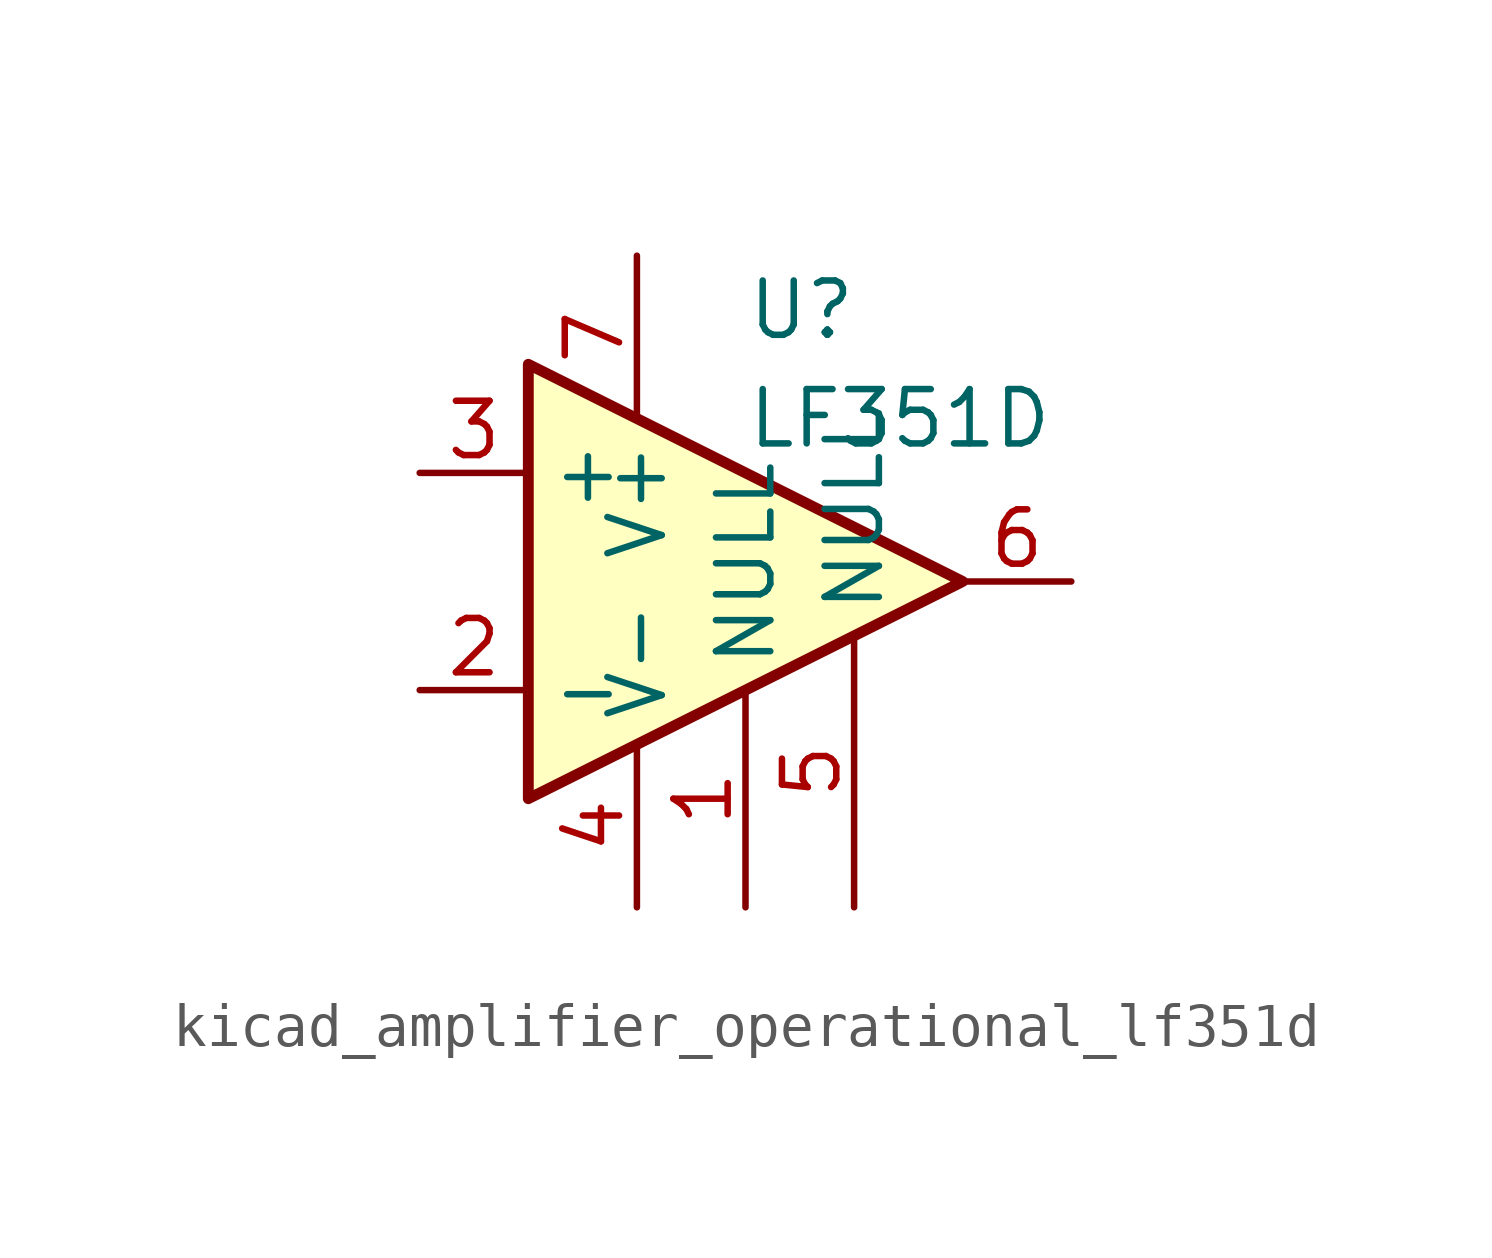
<source format=kicad_sym>
(kicad_symbol_lib
  (version 20220914)
  (generator kicad_symbol_editor)
  (symbol "kicad_amplifier_operational_lf351d"
    (property "Reference" "U"
      (at 0 6.35 0)
      (effects (font (size 1.27 1.27)) (justify left)))
    (property "Value" "LF351D"
      (at 0 3.81 0)
      (effects (font (size 1.27 1.27)) (justify left)))
    (symbol "kicad_amplifier_operational_lf351d_0_1"
      (polyline (pts (xy -5.08 5.08) (xy 5.08 0) (xy -5.08 -5.08) (xy -5.08 5.08)) (stroke (width 0.254) (type default)) (fill (type background))))
    (symbol "kicad_amplifier_operational_lf351d_1_1"
      (pin input line (at 0 -7.62 90) (length 5.08) (name "NULL" (effects (font (size 1.27 1.27)))) (number "1" (effects (font (size 1.27 1.27)))))
      (pin input line (at -7.62 -2.54 0) (length 2.54) (name "-" (effects (font (size 1.27 1.27)))) (number "2" (effects (font (size 1.27 1.27)))))
      (pin input line (at -7.62 2.54 0) (length 2.54) (name "+" (effects (font (size 1.27 1.27)))) (number "3" (effects (font (size 1.27 1.27)))))
      (pin power_in line (at -2.54 -7.62 90) (length 3.81) (name "V-" (effects (font (size 1.27 1.27)))) (number "4" (effects (font (size 1.27 1.27)))))
      (pin input line (at 2.54 -7.62 90) (length 6.35) (name "NULL" (effects (font (size 1.27 1.27)))) (number "5" (effects (font (size 1.27 1.27)))))
      (pin output line (at 7.62 0 180) (length 2.54) (name "~" (effects (font (size 1.27 1.27)))) (number "6" (effects (font (size 1.27 1.27)))))
      (pin power_in line (at -2.54 7.62 270) (length 3.81) (name "V+" (effects (font (size 1.27 1.27)))) (number "7" (effects (font (size 1.27 1.27)))))
      (pin no_connect line (at 0 2.54 270) (length 2.54) hide (name "NC" (effects (font (size 1.27 1.27)))) (number "8" (effects (font (size 1.27 1.27))))))))
</source>
